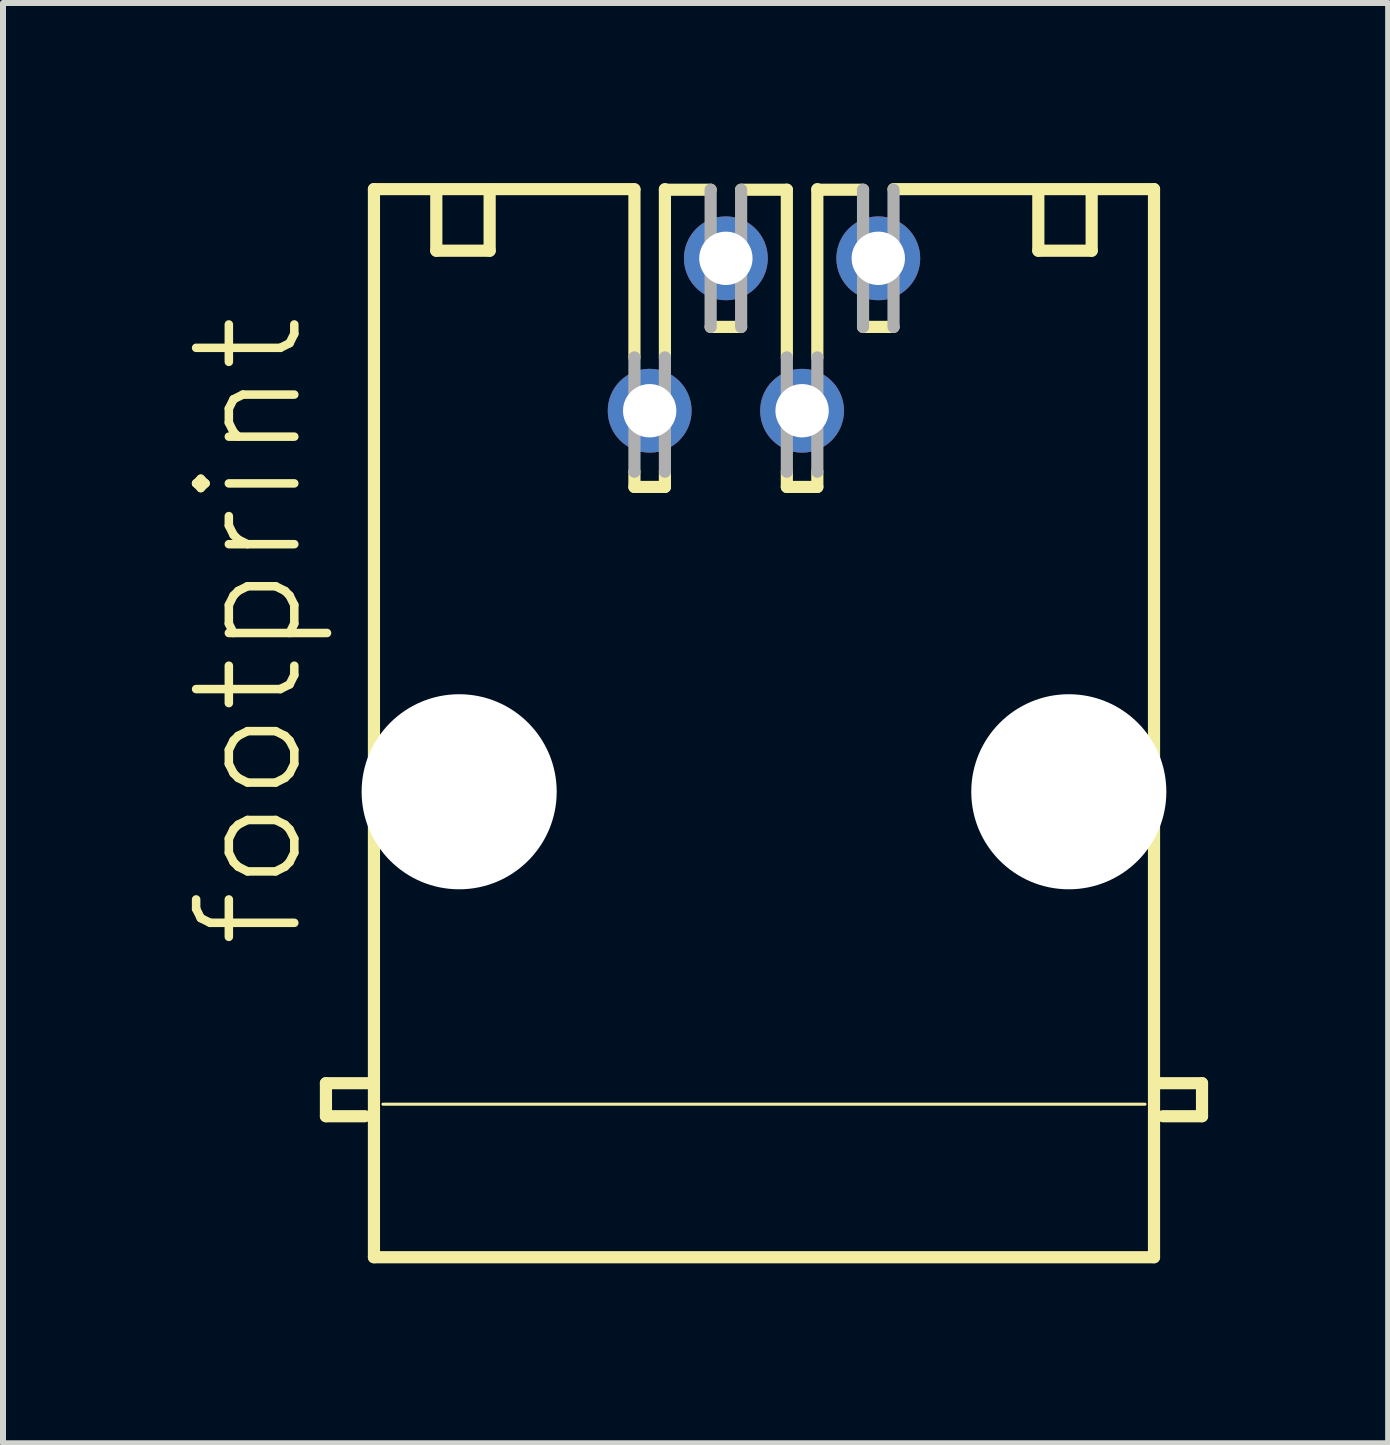
<source format=kicad_pcb>
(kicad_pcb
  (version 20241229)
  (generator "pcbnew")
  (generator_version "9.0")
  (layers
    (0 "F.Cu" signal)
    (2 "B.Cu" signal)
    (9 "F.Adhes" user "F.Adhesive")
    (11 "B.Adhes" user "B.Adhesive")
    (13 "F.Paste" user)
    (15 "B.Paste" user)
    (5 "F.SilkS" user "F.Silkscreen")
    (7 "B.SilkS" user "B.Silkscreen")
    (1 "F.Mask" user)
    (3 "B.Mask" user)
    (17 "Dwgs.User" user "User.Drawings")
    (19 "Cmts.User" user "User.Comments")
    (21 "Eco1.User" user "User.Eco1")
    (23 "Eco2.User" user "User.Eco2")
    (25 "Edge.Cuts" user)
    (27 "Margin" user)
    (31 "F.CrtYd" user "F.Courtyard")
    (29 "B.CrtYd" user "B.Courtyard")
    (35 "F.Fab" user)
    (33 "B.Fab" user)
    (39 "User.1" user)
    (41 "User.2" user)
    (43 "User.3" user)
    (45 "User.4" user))
  (footprint "footprint"
    (layer "F.Cu")
    (at 9.682 9.002)
    (property "Reference" "footprint" (at -7.62 3.81 90) (layer "F.SilkS") (effects (font (size 1.636 1.636) (thickness 0.142)) (justify left bottom)))
    (fp_line (start -7.3 6) (end -6.6 6) (stroke (width 0.203) (type solid)) (layer "F.SilkS"))
    (fp_line (start -7.3 6.55) (end -7.3 6) (stroke (width 0.203) (type solid)) (layer "F.SilkS"))
    (fp_line (start -6.65 6.55) (end -7.3 6.55) (stroke (width 0.203) (type solid)) (layer "F.SilkS"))
    (fp_line (start -6.5 -8.9) (end -2.159 -8.9) (stroke (width 0.203) (type solid)) (layer "F.SilkS"))
    (fp_line (start -6.5 8.9) (end -6.5 -8.9) (stroke (width 0.203) (type solid)) (layer "F.SilkS"))
    (fp_line (start -6.35 6.35) (end 6.35 6.35) (stroke (width 0.051) (type solid)) (layer "F.SilkS"))
    (fp_line (start -5.461 -8.89) (end -5.461 -7.874) (stroke (width 0.203) (type solid)) (layer "F.SilkS"))
    (fp_line (start -5.461 -7.874) (end -4.572 -7.874) (stroke (width 0.203) (type solid)) (layer "F.SilkS"))
    (fp_line (start -4.572 -7.874) (end -4.572 -8.89) (stroke (width 0.203) (type solid)) (layer "F.SilkS"))
    (fp_line (start -2.159 -6.096) (end -2.159 -8.89) (stroke (width 0.203) (type solid)) (layer "F.SilkS"))
    (fp_line (start -2.159 -3.937) (end -2.159 -4.191) (stroke (width 0.203) (type solid)) (layer "F.SilkS"))
    (fp_line (start -1.651 -8.89) (end -0.889 -8.89) (stroke (width 0.203) (type solid)) (layer "F.SilkS"))
    (fp_line (start -1.651 -6.096) (end -1.651 -8.9) (stroke (width 0.203) (type solid)) (layer "F.SilkS"))
    (fp_line (start -1.651 -3.937) (end -2.159 -3.937) (stroke (width 0.203) (type solid)) (layer "F.SilkS"))
    (fp_line (start -1.651 -3.937) (end -1.651 -4.191) (stroke (width 0.203) (type solid)) (layer "F.SilkS"))
    (fp_line (start -0.381 -8.89) (end 0.381 -8.89) (stroke (width 0.203) (type solid)) (layer "F.SilkS"))
    (fp_line (start -0.381 -6.604) (end -0.889 -6.604) (stroke (width 0.203) (type solid)) (layer "F.SilkS"))
    (fp_line (start 0.381 -6.096) (end 0.381 -8.89) (stroke (width 0.203) (type solid)) (layer "F.SilkS"))
    (fp_line (start 0.381 -3.937) (end 0.381 -4.191) (stroke (width 0.203) (type solid)) (layer "F.SilkS"))
    (fp_line (start 0.889 -8.89) (end 1.651 -8.89) (stroke (width 0.203) (type solid)) (layer "F.SilkS"))
    (fp_line (start 0.889 -6.096) (end 0.889 -8.9) (stroke (width 0.203) (type solid)) (layer "F.SilkS"))
    (fp_line (start 0.889 -3.937) (end 0.381 -3.937) (stroke (width 0.203) (type solid)) (layer "F.SilkS"))
    (fp_line (start 0.889 -3.937) (end 0.889 -4.191) (stroke (width 0.203) (type solid)) (layer "F.SilkS"))
    (fp_line (start 2.159 -8.9) (end 6.5 -8.9) (stroke (width 0.203) (type solid)) (layer "F.SilkS"))
    (fp_line (start 2.159 -6.604) (end 1.651 -6.604) (stroke (width 0.203) (type solid)) (layer "F.SilkS"))
    (fp_line (start 4.572 -7.874) (end 4.572 -8.89) (stroke (width 0.203) (type solid)) (layer "F.SilkS"))
    (fp_line (start 5.461 -8.89) (end 5.461 -7.874) (stroke (width 0.203) (type solid)) (layer "F.SilkS"))
    (fp_line (start 5.461 -7.874) (end 4.572 -7.874) (stroke (width 0.203) (type solid)) (layer "F.SilkS"))
    (fp_line (start 6.5 -8.9) (end 6.5 8.9) (stroke (width 0.203) (type solid)) (layer "F.SilkS"))
    (fp_line (start 6.5 8.9) (end -6.5 8.9) (stroke (width 0.203) (type solid)) (layer "F.SilkS"))
    (fp_line (start 6.65 6.55) (end 7.3 6.55) (stroke (width 0.203) (type solid)) (layer "F.SilkS"))
    (fp_line (start 7.3 6) (end 6.6 6) (stroke (width 0.203) (type solid)) (layer "F.SilkS"))
    (fp_line (start 7.3 6.55) (end 7.3 6) (stroke (width 0.203) (type solid)) (layer "F.SilkS"))
    (fp_line (start -2.159 -6.096) (end -2.159 -4.191) (stroke (width 0.203) (type solid)) (layer "F.Fab"))
    (fp_line (start -1.651 -6.096) (end -1.651 -4.191) (stroke (width 0.203) (type solid)) (layer "F.Fab"))
    (fp_line (start -0.889 -8.89) (end -0.889 -6.604) (stroke (width 0.203) (type solid)) (layer "F.Fab"))
    (fp_line (start -0.381 -8.89) (end -0.381 -6.604) (stroke (width 0.203) (type solid)) (layer "F.Fab"))
    (fp_line (start 0.381 -6.096) (end 0.381 -4.191) (stroke (width 0.203) (type solid)) (layer "F.Fab"))
    (fp_line (start 0.889 -6.096) (end 0.889 -4.191) (stroke (width 0.203) (type solid)) (layer "F.Fab"))
    (fp_line (start 1.651 -8.89) (end 1.651 -6.604) (stroke (width 0.203) (type solid)) (layer "F.Fab"))
    (fp_line (start 2.159 -8.89) (end 2.159 -6.604) (stroke (width 0.203) (type solid)) (layer "F.Fab"))
    (pad "" np_thru_hole circle (at -5.08 1.143) (size 3.251 3.251) (drill 3.251) (layers "*.Cu" "*.Mask"))
    (pad "" np_thru_hole circle (at 5.08 1.143) (size 3.251 3.251) (drill 3.251) (layers "*.Cu" "*.Mask"))
    (pad "1" thru_hole circle (at -1.905 -5.207) (size 1.397 1.397) (drill 0.889) (layers "*.Cu" "*.Mask"))
    (pad "2" thru_hole circle (at -0.635 -7.747) (size 1.397 1.397) (drill 0.889) (layers "*.Cu" "*.Mask"))
    (pad "3" thru_hole circle (at 0.635 -5.207) (size 1.397 1.397) (drill 0.889) (layers "*.Cu" "*.Mask"))
    (pad "4" thru_hole circle (at 1.905 -7.747) (size 1.397 1.397) (drill 0.889) (layers "*.Cu" "*.Mask")))
  (gr_rect
    (start -3 -3)
    (end 20.084 21.003)
    (stroke (width 0.1) (type default))
    (fill no)
    (layer "Edge.Cuts")))
</source>
